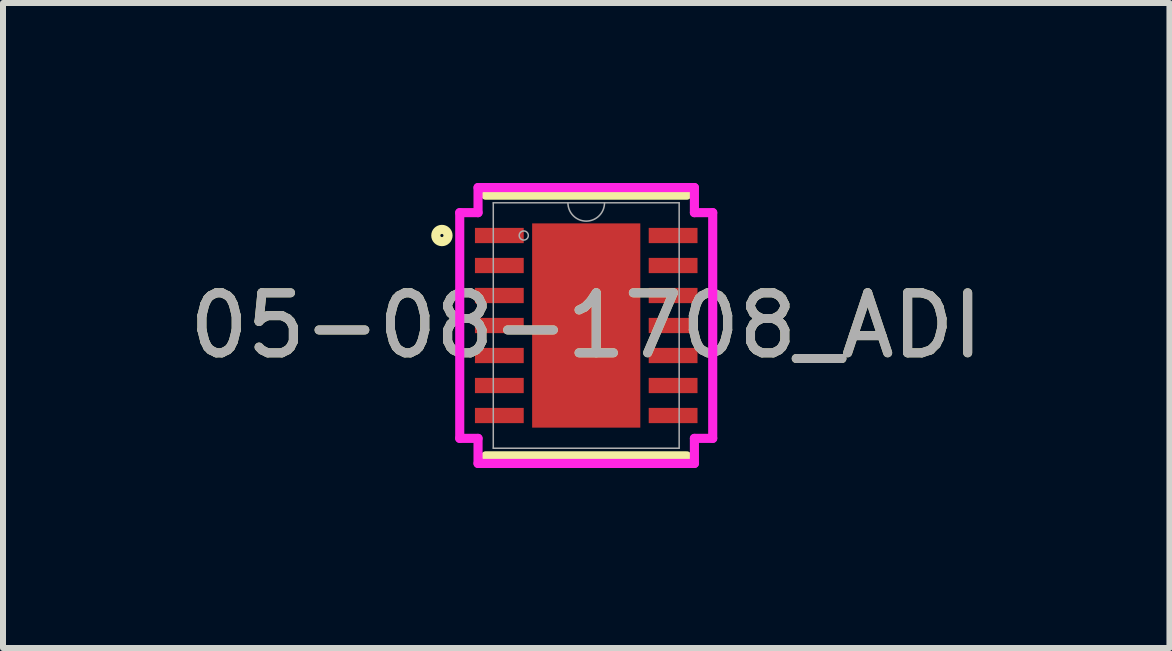
<source format=kicad_pcb>
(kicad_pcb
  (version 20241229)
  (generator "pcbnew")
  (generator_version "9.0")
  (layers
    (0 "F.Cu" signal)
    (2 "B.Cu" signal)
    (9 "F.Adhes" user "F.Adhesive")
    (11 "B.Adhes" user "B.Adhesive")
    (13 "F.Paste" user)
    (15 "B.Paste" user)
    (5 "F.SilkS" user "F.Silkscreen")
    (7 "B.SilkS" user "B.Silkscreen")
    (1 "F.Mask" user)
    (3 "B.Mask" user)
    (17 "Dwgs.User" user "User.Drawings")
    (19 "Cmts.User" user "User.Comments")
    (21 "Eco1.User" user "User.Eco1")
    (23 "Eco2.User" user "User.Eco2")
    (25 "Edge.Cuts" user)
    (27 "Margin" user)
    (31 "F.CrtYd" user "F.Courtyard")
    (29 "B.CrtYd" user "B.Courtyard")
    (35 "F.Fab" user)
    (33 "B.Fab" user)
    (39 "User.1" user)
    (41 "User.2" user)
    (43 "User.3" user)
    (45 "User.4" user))
  (footprint "05-08-1708_ADI"
    (layer "F.Cu")
    (at 6.72 2.375)
    (property "Reference" "05-08-1708_ADI" (at 0 0 0) (unlocked yes) (layer "F.SilkS") (effects (font (size 1 1) (thickness 0.15))))
    (attr smd)
    (fp_line (start -1.676 2.172) (end 1.676 2.172) (stroke (width 0.152) (type solid)) (layer "F.SilkS"))
    (fp_line (start 1.676 -2.172) (end -1.676 -2.172) (stroke (width 0.152) (type solid)) (layer "F.SilkS"))
    (fp_circle (center -2.405 -1.5) (end -2.303 -1.5) (stroke (width 0.152) (type solid)) (fill no) (layer "F.SilkS"))
    (fp_poly (pts (xy -0.802 -1.602) (xy -0.802 -0.1) (xy 0.802 -0.1) (xy 0.802 -1.602)) (stroke (width 0) (type solid)) (fill yes) (layer "F.Paste"))
    (fp_poly (pts (xy -0.802 0.1) (xy -0.802 1.602) (xy 0.802 1.602) (xy 0.802 0.1)) (stroke (width 0) (type solid)) (fill yes) (layer "F.Paste"))
    (fp_line (start -2.108 -1.881) (end -1.803 -1.881) (stroke (width 0.152) (type solid)) (layer "F.CrtYd"))
    (fp_line (start -2.108 1.881) (end -2.108 -1.881) (stroke (width 0.152) (type solid)) (layer "F.CrtYd"))
    (fp_line (start -2.108 1.881) (end -1.803 1.881) (stroke (width 0.152) (type solid)) (layer "F.CrtYd"))
    (fp_line (start -1.803 -2.299) (end 1.803 -2.299) (stroke (width 0.152) (type solid)) (layer "F.CrtYd"))
    (fp_line (start -1.803 -1.881) (end -1.803 -2.299) (stroke (width 0.152) (type solid)) (layer "F.CrtYd"))
    (fp_line (start -1.803 2.299) (end -1.803 1.881) (stroke (width 0.152) (type solid)) (layer "F.CrtYd"))
    (fp_line (start 1.803 -2.299) (end 1.803 -1.881) (stroke (width 0.152) (type solid)) (layer "F.CrtYd"))
    (fp_line (start 1.803 1.881) (end 1.803 2.299) (stroke (width 0.152) (type solid)) (layer "F.CrtYd"))
    (fp_line (start 1.803 2.299) (end -1.803 2.299) (stroke (width 0.152) (type solid)) (layer "F.CrtYd"))
    (fp_line (start 2.108 -1.881) (end 1.803 -1.881) (stroke (width 0.152) (type solid)) (layer "F.CrtYd"))
    (fp_line (start 2.108 -1.881) (end 2.108 1.881) (stroke (width 0.152) (type solid)) (layer "F.CrtYd"))
    (fp_line (start 2.108 1.881) (end 1.803 1.881) (stroke (width 0.152) (type solid)) (layer "F.CrtYd"))
    (fp_line (start -1.549 -2.045) (end -1.549 2.045) (stroke (width 0.025) (type solid)) (layer "F.Fab"))
    (fp_line (start -1.549 2.045) (end 1.549 2.045) (stroke (width 0.025) (type solid)) (layer "F.Fab"))
    (fp_line (start 1.549 -2.045) (end -1.549 -2.045) (stroke (width 0.025) (type solid)) (layer "F.Fab"))
    (fp_line (start 1.549 2.045) (end 1.549 -2.045) (stroke (width 0.025) (type solid)) (layer "F.Fab"))
    (fp_arc (start 0.3048 -2.0447) (mid 0 -1.7399) (end -0.3048 -2.0447) (stroke (width 0.0254) (type solid)) (layer "F.Fab"))
    (fp_circle (center -1.041 -1.5) (end -0.965 -1.5) (stroke (width 0.025) (type solid)) (fill no) (layer "F.Fab"))
    (fp_text user "${REFERENCE}" (at 0 0 0) (unlocked yes) (layer "F.Fab") (effects (font (size 1 1) (thickness 0.15))))
    (pad "1" smd rect (at -1.448 -1.5) (size 0.813 0.254) (layers "F.Cu" "F.Mask" "F.Paste"))
    (pad "2" smd rect (at -1.448 -1) (size 0.813 0.254) (layers "F.Cu" "F.Mask" "F.Paste"))
    (pad "3" smd rect (at -1.448 -0.5) (size 0.813 0.254) (layers "F.Cu" "F.Mask" "F.Paste"))
    (pad "4" smd rect (at -1.448 0) (size 0.813 0.254) (layers "F.Cu" "F.Mask" "F.Paste"))
    (pad "5" smd rect (at -1.448 0.5) (size 0.813 0.254) (layers "F.Cu" "F.Mask" "F.Paste"))
    (pad "6" smd rect (at -1.448 1) (size 0.813 0.254) (layers "F.Cu" "F.Mask" "F.Paste"))
    (pad "7" smd rect (at -1.448 1.5) (size 0.813 0.254) (layers "F.Cu" "F.Mask" "F.Paste"))
    (pad "8" smd rect (at 1.448 1.5) (size 0.813 0.254) (layers "F.Cu" "F.Mask" "F.Paste"))
    (pad "9" smd rect (at 1.448 1) (size 0.813 0.254) (layers "F.Cu" "F.Mask" "F.Paste"))
    (pad "10" smd rect (at 1.448 0.5) (size 0.813 0.254) (layers "F.Cu" "F.Mask" "F.Paste"))
    (pad "11" smd rect (at 1.448 0) (size 0.813 0.254) (layers "F.Cu" "F.Mask" "F.Paste"))
    (pad "12" smd rect (at 1.448 -0.5) (size 0.813 0.254) (layers "F.Cu" "F.Mask" "F.Paste"))
    (pad "13" smd rect (at 1.448 -1) (size 0.813 0.254) (layers "F.Cu" "F.Mask" "F.Paste"))
    (pad "14" smd rect (at 1.448 -1.5) (size 0.813 0.254) (layers "F.Cu" "F.Mask" "F.Paste"))
    (pad "15" smd rect (at 0 0) (size 1.803 3.404) (layers "F.Cu" "F.Mask" "F.Paste")))
  (gr_rect
    (start -3 -3)
    (end 16.44 7.75)
    (stroke (width 0.1) (type default))
    (fill no)
    (layer "Edge.Cuts")))
</source>
